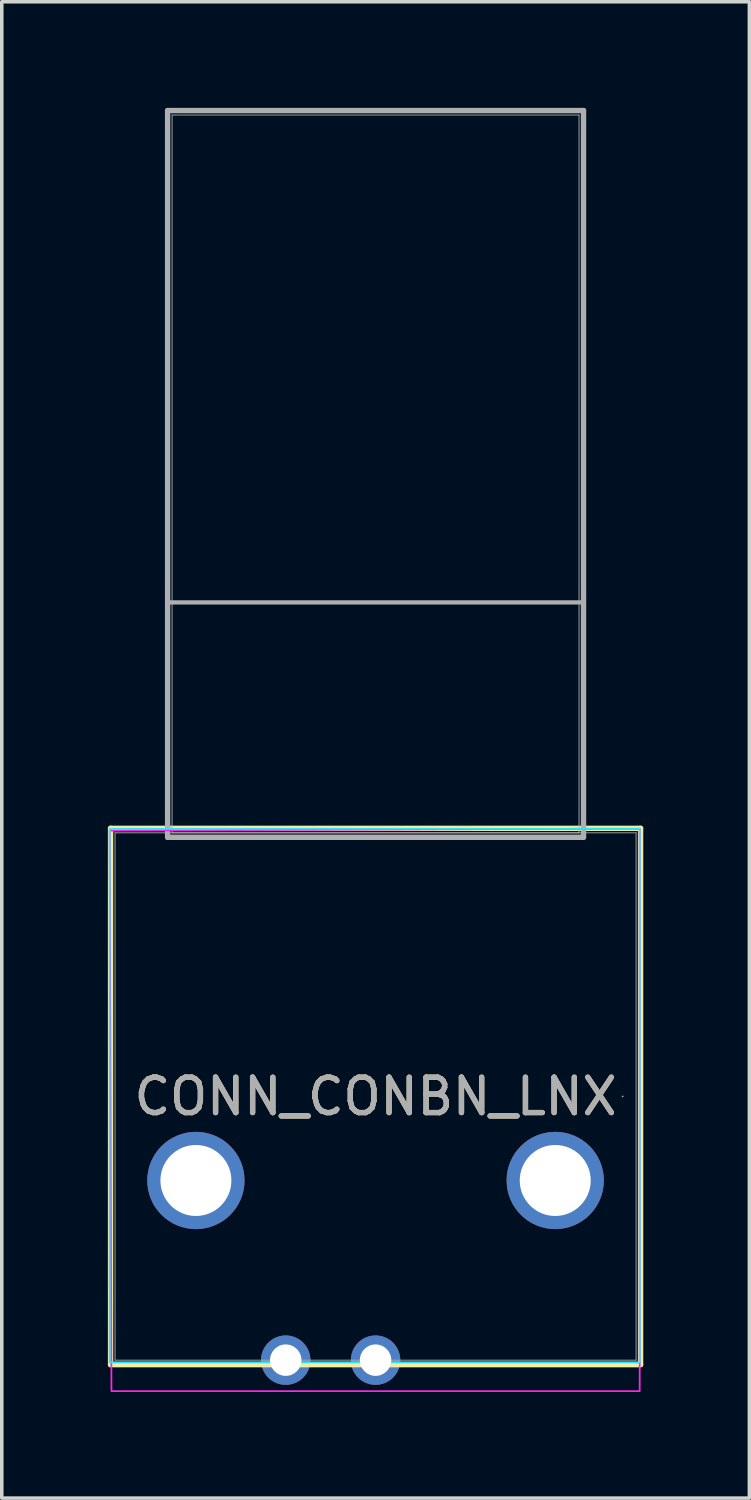
<source format=kicad_pcb>
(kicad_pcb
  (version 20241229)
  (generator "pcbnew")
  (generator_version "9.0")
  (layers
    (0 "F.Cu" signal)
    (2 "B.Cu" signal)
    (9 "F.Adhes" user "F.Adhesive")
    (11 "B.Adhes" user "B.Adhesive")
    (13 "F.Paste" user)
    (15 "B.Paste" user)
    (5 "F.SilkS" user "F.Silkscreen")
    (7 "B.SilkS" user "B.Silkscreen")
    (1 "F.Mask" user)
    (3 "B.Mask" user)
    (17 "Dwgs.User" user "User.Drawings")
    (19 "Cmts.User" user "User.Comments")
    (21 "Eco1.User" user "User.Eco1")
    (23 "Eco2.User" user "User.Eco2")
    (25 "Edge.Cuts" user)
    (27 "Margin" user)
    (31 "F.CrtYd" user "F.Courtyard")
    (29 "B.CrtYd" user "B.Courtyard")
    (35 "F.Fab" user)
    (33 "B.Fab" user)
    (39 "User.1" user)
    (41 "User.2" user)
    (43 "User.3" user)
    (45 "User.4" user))
  (footprint "CONN_CONBN_LNX"
    (layer "F.Cu")
    (at 7.569 27.953)
    (property "Reference" "CONN_CONBN_LNX" (at 0 0 0) (unlocked yes) (layer "F.SilkS") (effects (font (size 1 1) (thickness 0.15))))
    (attr through_hole)
    (fp_line (start -7.493 -7.582) (end -7.493 7.582) (stroke (width 0.152) (type solid)) (layer "F.SilkS"))
    (fp_line (start -7.493 7.582) (end 7.493 7.582) (stroke (width 0.152) (type solid)) (layer "F.SilkS"))
    (fp_line (start 7.493 -7.582) (end -7.493 -7.582) (stroke (width 0.152) (type solid)) (layer "F.SilkS"))
    (fp_line (start 7.493 7.582) (end 7.493 -7.582) (stroke (width 0.152) (type solid)) (layer "F.SilkS"))
    (fp_rect (start -7.518 -7.569) (end 7.468 7.518) (stroke (width 0.05) (type default)) (fill no) (layer "B.CrtYd"))
    (fp_poly (pts (xy -7.468 8.331) (xy 7.468 8.331) (xy 7.468 -7.569) (xy 5.893 -7.569) (xy -7.518 -7.518)) (stroke (width 0.05) (type solid)) (fill no) (layer "F.CrtYd"))
    (fp_line (start -7.366 -7.455) (end -7.366 7.455) (stroke (width 0.025) (type solid)) (layer "F.Fab"))
    (fp_line (start -7.366 7.455) (end 7.366 7.455) (stroke (width 0.025) (type solid)) (layer "F.Fab"))
    (fp_line (start -5.88 -27.877) (end -5.88 -7.328) (stroke (width 0.152) (type solid)) (layer "F.Fab"))
    (fp_line (start -5.88 -7.328) (end 5.88 -7.328) (stroke (width 0.152) (type solid)) (layer "F.Fab"))
    (fp_line (start -5.753 -27.75) (end -5.753 -7.455) (stroke (width 0.025) (type solid)) (layer "F.Fab"))
    (fp_line (start -5.753 -7.455) (end 5.753 -7.455) (stroke (width 0.025) (type solid)) (layer "F.Fab"))
    (fp_line (start 5.753 -27.75) (end -5.753 -27.75) (stroke (width 0.025) (type solid)) (layer "F.Fab"))
    (fp_line (start 5.753 -7.455) (end 5.753 -27.75) (stroke (width 0.025) (type solid)) (layer "F.Fab"))
    (fp_line (start 5.88 -27.877) (end -5.88 -27.877) (stroke (width 0.152) (type solid)) (layer "F.Fab"))
    (fp_line (start 5.88 -7.328) (end 5.88 -27.877) (stroke (width 0.152) (type solid)) (layer "F.Fab"))
    (fp_line (start 5.893 -13.97) (end -5.893 -13.97) (stroke (width 0.12) (type default)) (layer "F.Fab"))
    (fp_line (start 7.366 -7.455) (end -7.366 -7.455) (stroke (width 0.025) (type solid)) (layer "F.Fab"))
    (fp_line (start 7.366 7.455) (end 7.366 -7.455) (stroke (width 0.025) (type solid)) (layer "F.Fab"))
    (fp_circle (center 6.985 0) (end 6.985 0) (stroke (width 0.025) (type solid)) (fill no) (layer "F.Fab"))
    (fp_text user "${REFERENCE}" (at 0 0 0) (unlocked yes) (layer "F.Fab") (effects (font (size 1 1) (thickness 0.15))))
    (pad "" thru_hole circle (at -5.08 2.375) (size 2.75 2.75) (drill 2.007) (layers "*.Cu" "*.Mask"))
    (pad "" thru_hole circle (at 5.08 2.375) (size 2.75 2.75) (drill 2.007) (layers "*.Cu" "*.Mask"))
    (pad "1" thru_hole circle (at -2.54 7.455) (size 1.397 1.397) (drill 0.889) (layers "*.Cu" "*.Mask"))
    (pad "2" thru_hole circle (at 0 7.455) (size 1.397 1.397) (drill 0.889) (layers "*.Cu" "*.Mask")))
  (gr_rect
    (start -3 -3)
    (end 18.138 39.309)
    (stroke (width 0.1) (type default))
    (fill no)
    (layer "Edge.Cuts")))
</source>
